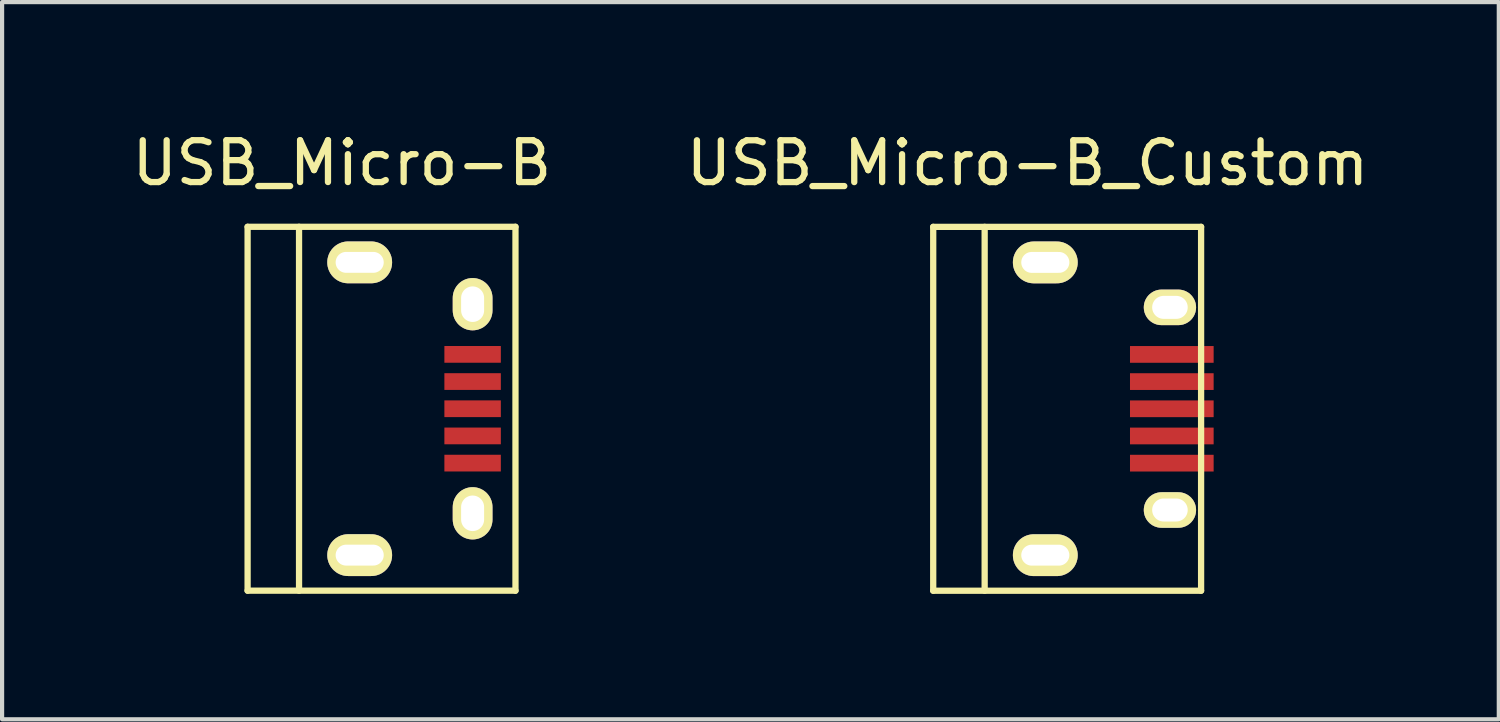
<source format=kicad_pcb>
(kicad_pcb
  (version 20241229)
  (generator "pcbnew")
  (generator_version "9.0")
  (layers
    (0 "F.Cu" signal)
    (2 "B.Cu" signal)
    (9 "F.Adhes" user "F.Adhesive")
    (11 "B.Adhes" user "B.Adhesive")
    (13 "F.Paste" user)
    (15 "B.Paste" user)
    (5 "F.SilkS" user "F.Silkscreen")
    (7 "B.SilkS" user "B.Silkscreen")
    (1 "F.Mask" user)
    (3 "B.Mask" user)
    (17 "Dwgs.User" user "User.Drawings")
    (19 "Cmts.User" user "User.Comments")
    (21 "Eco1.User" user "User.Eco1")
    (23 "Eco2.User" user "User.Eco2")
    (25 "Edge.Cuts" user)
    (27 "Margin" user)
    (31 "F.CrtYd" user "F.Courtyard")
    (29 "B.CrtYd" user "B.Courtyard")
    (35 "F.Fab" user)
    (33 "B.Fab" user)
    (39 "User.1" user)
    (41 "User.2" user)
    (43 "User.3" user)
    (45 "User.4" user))
  (footprint "USB_Micro-B_Custom"
    (layer "F.Cu")
    (at 22.357 6.719)
    (property "Reference" "USB_Micro-B_Custom" (at -0.839 -5.87 0) (layer "F.SilkS") (effects (font (size 1 1) (thickness 0.15))))
    (attr through_hole)
    (fp_line (start -3.094 -4.345) (end -3.094 4.355) (stroke (width 0.15) (type solid)) (layer "F.SilkS"))
    (fp_line (start -3.094 -4.345) (end 3.311 -4.345) (stroke (width 0.15) (type solid)) (layer "F.SilkS"))
    (fp_line (start -1.864 4.355) (end -1.864 -4.345) (stroke (width 0.15) (type solid)) (layer "F.SilkS"))
    (fp_line (start 3.311 -4.345) (end 3.311 4.355) (stroke (width 0.15) (type solid)) (layer "F.SilkS"))
    (fp_line (start 3.311 4.355) (end -3.094 4.355) (stroke (width 0.15) (type solid)) (layer "F.SilkS"))
    (pad "1" smd rect (at 2.611 -1.295) (size 2 0.4) (layers "F.Cu" "F.Mask" "F.Paste"))
    (pad "2" smd rect (at 2.611 -0.645) (size 2 0.4) (layers "F.Cu" "F.Mask" "F.Paste"))
    (pad "3" smd rect (at 2.611 0.005) (size 2 0.4) (layers "F.Cu" "F.Mask" "F.Paste"))
    (pad "4" smd rect (at 2.611 0.655) (size 2 0.4) (layers "F.Cu" "F.Mask" "F.Paste"))
    (pad "5" smd rect (at 2.611 1.305) (size 2 0.4) (layers "F.Cu" "F.Mask" "F.Paste"))
    (pad "6" thru_hole oval (at 2.566 -2.42) (size 1.25 0.85) (drill oval 0.85 0.55) (layers "*.Cu" "*.Mask" "F.SilkS"))
    (pad "7" thru_hole oval (at 2.566 2.425) (size 1.25 0.85) (drill oval 0.85 0.55) (layers "*.Cu" "*.Mask" "F.SilkS"))
    (pad "8" thru_hole oval (at -0.414 -3.495) (size 1.55 1) (drill oval 1.15 0.5) (layers "*.Cu" "*.Mask" "F.SilkS"))
    (pad "9" thru_hole oval (at -0.414 3.505) (size 1.55 1) (drill oval 1.15 0.5) (layers "*.Cu" "*.Mask" "F.SilkS")))
  (footprint "USB_Micro-B"
    (layer "F.Cu")
    (at 8.25 5.423)
    (property "Reference" "USB_Micro-B" (at -3.125 -4.575 0) (layer "F.SilkS") (effects (font (size 1 1) (thickness 0.15))))
    (attr through_hole)
    (fp_line (start -5.38 -3.05) (end -5.38 5.65) (stroke (width 0.15) (type solid)) (layer "F.SilkS"))
    (fp_line (start -5.38 -3.05) (end 1.025 -3.05) (stroke (width 0.15) (type solid)) (layer "F.SilkS"))
    (fp_line (start -4.15 5.65) (end -4.15 -3.05) (stroke (width 0.15) (type solid)) (layer "F.SilkS"))
    (fp_line (start 1.025 -3.05) (end 1.025 5.65) (stroke (width 0.15) (type solid)) (layer "F.SilkS"))
    (fp_line (start 1.025 5.65) (end -5.38 5.65) (stroke (width 0.15) (type solid)) (layer "F.SilkS"))
    (pad "1" smd rect (at 0 0) (size 1.35 0.4) (layers "F.Cu" "F.Mask" "F.Paste"))
    (pad "2" smd rect (at 0 0.65) (size 1.35 0.4) (layers "F.Cu" "F.Mask" "F.Paste"))
    (pad "3" smd rect (at 0 1.3) (size 1.35 0.4) (layers "F.Cu" "F.Mask" "F.Paste"))
    (pad "4" smd rect (at 0 1.95) (size 1.35 0.4) (layers "F.Cu" "F.Mask" "F.Paste"))
    (pad "5" smd rect (at 0 2.6) (size 1.35 0.4) (layers "F.Cu" "F.Mask" "F.Paste"))
    (pad "6" thru_hole oval (at 0 -1.2) (size 0.95 1.25) (drill oval 0.55 0.85) (layers "*.Cu" "*.Mask" "F.SilkS"))
    (pad "7" thru_hole oval (at 0 3.8) (size 0.95 1.25) (drill oval 0.55 0.85) (layers "*.Cu" "*.Mask" "F.SilkS"))
    (pad "8" thru_hole oval (at -2.7 -2.2) (size 1.55 1) (drill oval 1.15 0.5) (layers "*.Cu" "*.Mask" "F.SilkS"))
    (pad "9" thru_hole oval (at -2.7 4.8) (size 1.55 1) (drill oval 1.15 0.5) (layers "*.Cu" "*.Mask" "F.SilkS")))
  (gr_rect
    (start -3 -3)
    (end 32.786 14.148)
    (stroke (width 0.1) (type default))
    (fill no)
    (layer "Edge.Cuts")))
</source>
